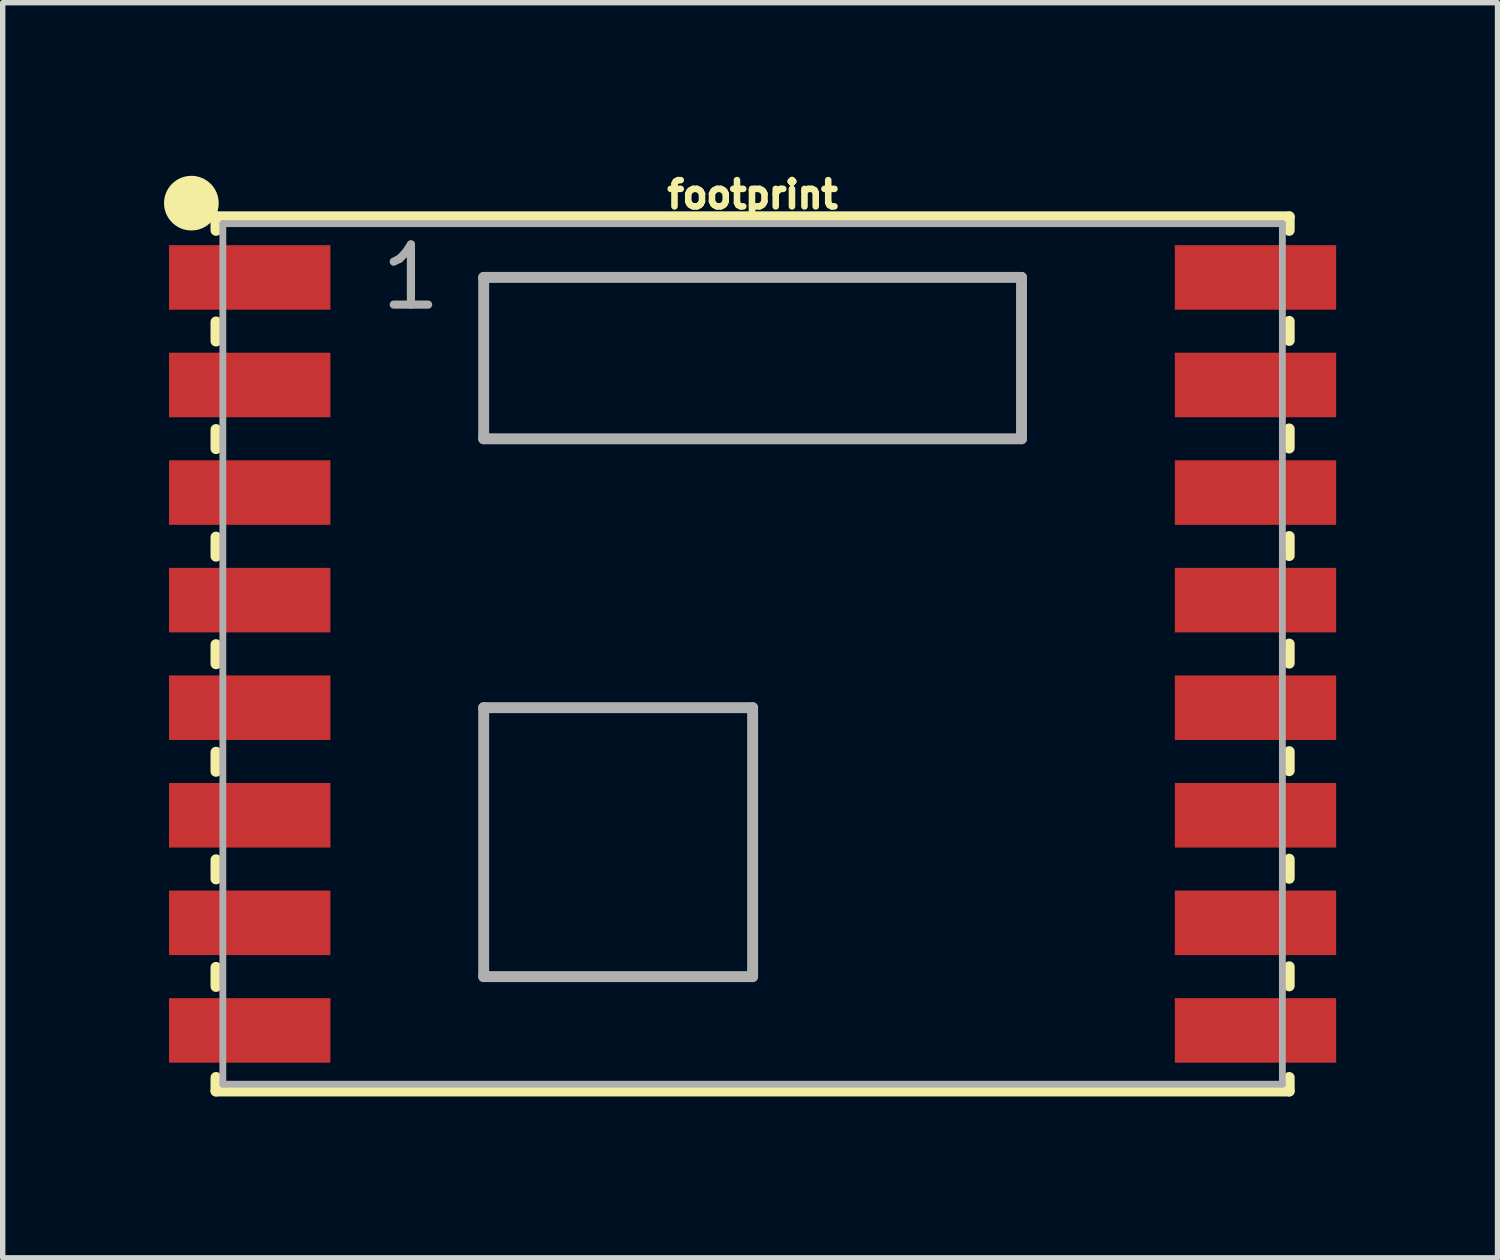
<source format=kicad_pcb>
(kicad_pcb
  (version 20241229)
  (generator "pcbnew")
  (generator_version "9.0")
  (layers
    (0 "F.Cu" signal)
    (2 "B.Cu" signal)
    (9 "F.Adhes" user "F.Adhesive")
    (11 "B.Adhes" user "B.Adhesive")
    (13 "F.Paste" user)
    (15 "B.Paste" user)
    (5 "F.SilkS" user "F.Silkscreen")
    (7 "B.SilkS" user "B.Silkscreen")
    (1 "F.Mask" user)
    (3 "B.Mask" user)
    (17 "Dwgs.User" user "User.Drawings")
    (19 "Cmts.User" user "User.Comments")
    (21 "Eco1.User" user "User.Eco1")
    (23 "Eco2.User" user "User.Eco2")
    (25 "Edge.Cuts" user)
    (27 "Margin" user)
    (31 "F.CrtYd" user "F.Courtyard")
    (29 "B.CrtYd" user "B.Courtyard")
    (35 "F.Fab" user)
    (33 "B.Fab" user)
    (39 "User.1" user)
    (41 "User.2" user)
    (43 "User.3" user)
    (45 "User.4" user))
  (footprint "footprint"
    (layer "F.Cu")
    (at 10.943 9.108)
    (property "Reference" "footprint" (at 0 -8.255 0) (layer "F.SilkS") (effects (font (size 0.488 0.488) (thickness 0.122)) (justify bottom)))
    (fp_line (start -9.977 -8.127) (end 9.977 -8.127) (stroke (width 0.203) (type solid)) (layer "F.SilkS"))
    (fp_line (start -9.977 -7.875) (end -9.977 -8.127) (stroke (width 0.203) (type solid)) (layer "F.SilkS"))
    (fp_line (start -9.977 -5.817) (end -9.977 -6.172) (stroke (width 0.203) (type solid)) (layer "F.SilkS"))
    (fp_line (start -9.977 -3.817) (end -9.977 -4.172) (stroke (width 0.203) (type solid)) (layer "F.SilkS"))
    (fp_line (start -9.977 -1.817) (end -9.977 -2.172) (stroke (width 0.203) (type solid)) (layer "F.SilkS"))
    (fp_line (start -9.977 0.183) (end -9.977 -0.172) (stroke (width 0.203) (type solid)) (layer "F.SilkS"))
    (fp_line (start -9.977 2.183) (end -9.977 1.828) (stroke (width 0.203) (type solid)) (layer "F.SilkS"))
    (fp_line (start -9.977 4.183) (end -9.977 3.828) (stroke (width 0.203) (type solid)) (layer "F.SilkS"))
    (fp_line (start -9.977 6.183) (end -9.977 5.828) (stroke (width 0.203) (type solid)) (layer "F.SilkS"))
    (fp_line (start -9.977 8.127) (end -9.977 7.875) (stroke (width 0.203) (type solid)) (layer "F.SilkS"))
    (fp_line (start 9.977 -8.127) (end 9.977 -7.875) (stroke (width 0.203) (type solid)) (layer "F.SilkS"))
    (fp_line (start 9.977 -6.183) (end 9.977 -5.828) (stroke (width 0.203) (type solid)) (layer "F.SilkS"))
    (fp_line (start 9.977 -4.183) (end 9.977 -3.828) (stroke (width 0.203) (type solid)) (layer "F.SilkS"))
    (fp_line (start 9.977 -2.183) (end 9.977 -1.828) (stroke (width 0.203) (type solid)) (layer "F.SilkS"))
    (fp_line (start 9.977 -0.183) (end 9.977 0.172) (stroke (width 0.203) (type solid)) (layer "F.SilkS"))
    (fp_line (start 9.977 1.817) (end 9.977 2.172) (stroke (width 0.203) (type solid)) (layer "F.SilkS"))
    (fp_line (start 9.977 3.817) (end 9.977 4.172) (stroke (width 0.203) (type solid)) (layer "F.SilkS"))
    (fp_line (start 9.977 5.817) (end 9.977 6.172) (stroke (width 0.203) (type solid)) (layer "F.SilkS"))
    (fp_line (start 9.977 7.875) (end 9.977 8.127) (stroke (width 0.203) (type solid)) (layer "F.SilkS"))
    (fp_line (start 9.977 8.127) (end -9.977 8.127) (stroke (width 0.203) (type solid)) (layer "F.SilkS"))
    (fp_circle (center -10.435 -8.381) (end -10.181 -8.381) (stroke (width 0.508) (type solid)) (fill yes) (layer "F.SilkS"))
    (fp_line (start -9.85 -8) (end 9.85 -8) (stroke (width 0.127) (type solid)) (layer "F.Fab"))
    (fp_line (start -9.85 8) (end -9.85 -8) (stroke (width 0.127) (type solid)) (layer "F.Fab"))
    (fp_line (start -5 -7) (end -5 -4) (stroke (width 0.203) (type solid)) (layer "F.Fab"))
    (fp_line (start -5 -4) (end 5 -4) (stroke (width 0.203) (type solid)) (layer "F.Fab"))
    (fp_line (start -5 1) (end -5 6) (stroke (width 0.203) (type solid)) (layer "F.Fab"))
    (fp_line (start -5 6) (end 0 6) (stroke (width 0.203) (type solid)) (layer "F.Fab"))
    (fp_line (start 0 1) (end -5 1) (stroke (width 0.203) (type solid)) (layer "F.Fab"))
    (fp_line (start 0 6) (end 0 1) (stroke (width 0.203) (type solid)) (layer "F.Fab"))
    (fp_line (start 5 -7) (end -5 -7) (stroke (width 0.203) (type solid)) (layer "F.Fab"))
    (fp_line (start 5 -4) (end 5 -7) (stroke (width 0.203) (type solid)) (layer "F.Fab"))
    (fp_line (start 9.85 -8) (end 9.85 8) (stroke (width 0.127) (type solid)) (layer "F.Fab"))
    (fp_line (start 9.85 8) (end -9.85 8) (stroke (width 0.127) (type solid)) (layer "F.Fab"))
    (fp_text user "1" (at -6.985 -6.35 0) (layer "F.Fab") (effects (font (size 1.118 1.118) (thickness 0.152)) (justify left bottom)))
    (pad "1" smd rect (at -9.35 -7) (size 3 1.2) (layers "F.Cu" "F.Mask" "F.Paste"))
    (pad "2" smd rect (at -9.35 -5) (size 3 1.2) (layers "F.Cu" "F.Mask" "F.Paste"))
    (pad "3" smd rect (at -9.35 -3) (size 3 1.2) (layers "F.Cu" "F.Mask" "F.Paste"))
    (pad "4" smd rect (at -9.35 -1) (size 3 1.2) (layers "F.Cu" "F.Mask" "F.Paste"))
    (pad "5" smd rect (at -9.35 1) (size 3 1.2) (layers "F.Cu" "F.Mask" "F.Paste"))
    (pad "6" smd rect (at -9.35 3) (size 3 1.2) (layers "F.Cu" "F.Mask" "F.Paste"))
    (pad "7" smd rect (at -9.35 5) (size 3 1.2) (layers "F.Cu" "F.Mask" "F.Paste"))
    (pad "8" smd rect (at -9.35 7) (size 3 1.2) (layers "F.Cu" "F.Mask" "F.Paste"))
    (pad "9" smd rect (at 9.35 7) (size 3 1.2) (layers "F.Cu" "F.Mask" "F.Paste"))
    (pad "10" smd rect (at 9.35 5) (size 3 1.2) (layers "F.Cu" "F.Mask" "F.Paste"))
    (pad "11" smd rect (at 9.35 3) (size 3 1.2) (layers "F.Cu" "F.Mask" "F.Paste"))
    (pad "12" smd rect (at 9.35 1) (size 3 1.2) (layers "F.Cu" "F.Mask" "F.Paste"))
    (pad "13" smd rect (at 9.35 -1) (size 3 1.2) (layers "F.Cu" "F.Mask" "F.Paste"))
    (pad "14" smd rect (at 9.35 -3) (size 3 1.2) (layers "F.Cu" "F.Mask" "F.Paste"))
    (pad "15" smd rect (at 9.35 -5) (size 3 1.2) (layers "F.Cu" "F.Mask" "F.Paste"))
    (pad "16" smd rect (at 9.35 -7) (size 3 1.2) (layers "F.Cu" "F.Mask" "F.Paste")))
  (gr_rect
    (start -3 -3)
    (end 24.793 20.337)
    (stroke (width 0.1) (type default))
    (fill no)
    (layer "Edge.Cuts")))
</source>
